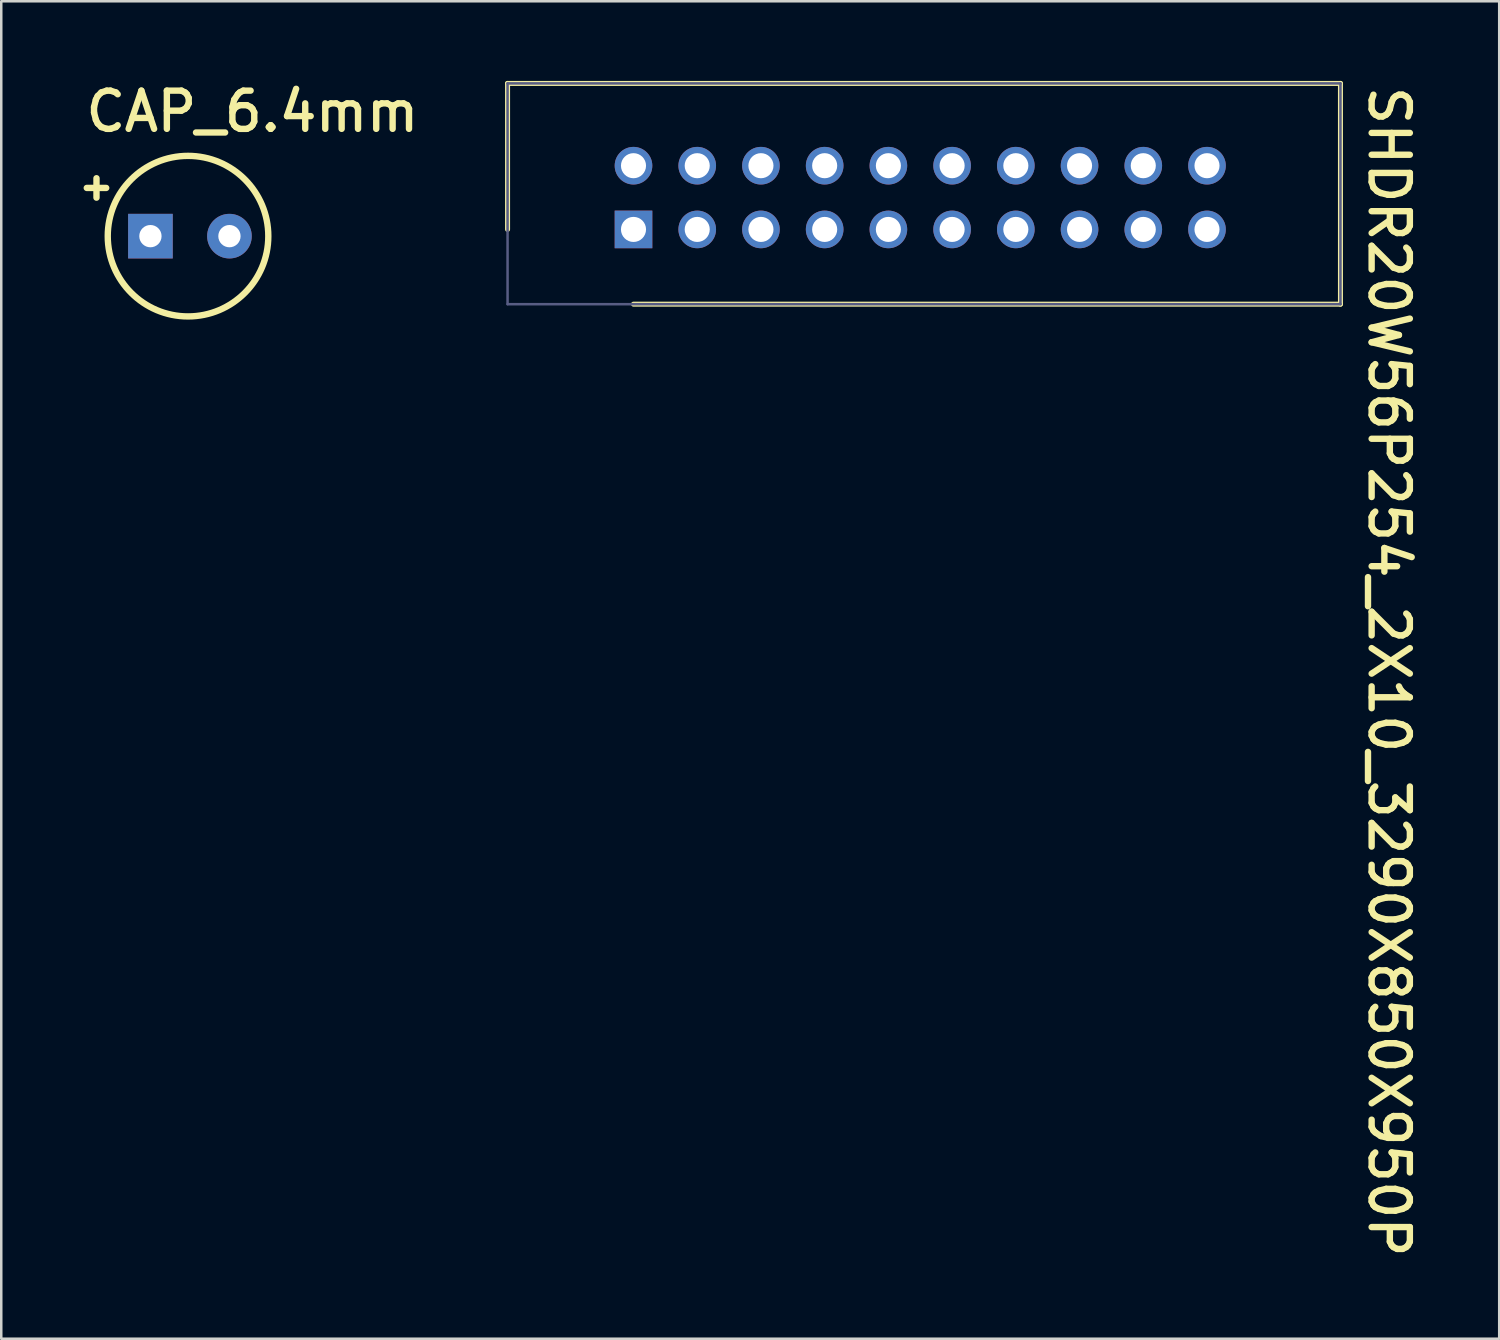
<source format=kicad_pcb>
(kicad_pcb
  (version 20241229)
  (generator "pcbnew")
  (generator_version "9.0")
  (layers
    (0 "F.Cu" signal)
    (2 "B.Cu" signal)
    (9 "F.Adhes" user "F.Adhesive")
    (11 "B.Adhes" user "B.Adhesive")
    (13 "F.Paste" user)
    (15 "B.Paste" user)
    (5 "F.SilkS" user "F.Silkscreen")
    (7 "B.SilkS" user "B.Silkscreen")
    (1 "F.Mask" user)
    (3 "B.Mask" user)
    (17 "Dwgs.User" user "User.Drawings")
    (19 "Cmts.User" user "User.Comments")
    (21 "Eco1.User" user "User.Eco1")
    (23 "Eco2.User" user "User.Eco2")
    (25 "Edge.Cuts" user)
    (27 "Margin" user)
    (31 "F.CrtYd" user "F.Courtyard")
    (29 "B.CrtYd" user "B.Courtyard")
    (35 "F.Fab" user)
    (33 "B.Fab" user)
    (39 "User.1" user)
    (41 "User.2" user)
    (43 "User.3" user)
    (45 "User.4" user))
  (footprint "SHDR20W56P254_2X10_3290X850X950P"
    (layer "F.Cu")
    (at 22.202 6.095)
    (property "Reference" "SHDR20W56P254_2X10_3290X850X950P" (at 29.223 -5.829 270) (unlocked yes) (layer "F.SilkS") (effects (font (size 1.524 1.524) (thickness 0.254)) (justify left bottom)))
    (fp_line (start -5.02 -5.82) (end -5.02 0) (stroke (width 0.2) (type solid)) (layer "F.SilkS"))
    (fp_line (start -5.02 -5.82) (end 28.18 -5.82) (stroke (width 0.2) (type solid)) (layer "F.SilkS"))
    (fp_line (start 0 2.98) (end 28.18 2.98) (stroke (width 0.2) (type solid)) (layer "F.SilkS"))
    (fp_line (start 28.18 -5.82) (end 28.18 2.98) (stroke (width 0.2) (type solid)) (layer "F.SilkS"))
    (fp_line (start -5.27 -6.07) (end -5.27 3.23) (stroke (width 0.05) (type solid)) (layer "Eco1.User"))
    (fp_line (start -5.27 -6.07) (end 28.43 -6.07) (stroke (width 0.05) (type solid)) (layer "Eco1.User"))
    (fp_line (start -5.27 3.23) (end 28.43 3.23) (stroke (width 0.05) (type solid)) (layer "Eco1.User"))
    (fp_line (start 28.43 -6.07) (end 28.43 3.23) (stroke (width 0.05) (type solid)) (layer "Eco1.User"))
    (fp_line (start -5.02 -5.82) (end -5.02 2.98) (stroke (width 0.1) (type solid)) (layer "B.Fab"))
    (fp_line (start -5.02 -5.82) (end 28.18 -5.82) (stroke (width 0.1) (type solid)) (layer "B.Fab"))
    (fp_line (start -5.02 2.98) (end 28.18 2.98) (stroke (width 0.1) (type solid)) (layer "B.Fab"))
    (fp_line (start 28.18 -5.82) (end 28.18 2.98) (stroke (width 0.1) (type solid)) (layer "B.Fab"))
    (pad "1" thru_hole rect (at 0 0) (size 1.5 1.5) (drill 1) (layers "*.Cu" "*.Mask"))
    (pad "2" thru_hole circle (at 0 -2.54) (size 1.5 1.5) (drill 1) (layers "*.Cu" "*.Mask"))
    (pad "3" thru_hole circle (at 2.54 0) (size 1.5 1.5) (drill 1) (layers "*.Cu" "*.Mask"))
    (pad "4" thru_hole circle (at 2.54 -2.54) (size 1.5 1.5) (drill 1) (layers "*.Cu" "*.Mask"))
    (pad "5" thru_hole circle (at 5.08 0) (size 1.5 1.5) (drill 1) (layers "*.Cu" "*.Mask"))
    (pad "6" thru_hole circle (at 5.08 -2.54) (size 1.5 1.5) (drill 1) (layers "*.Cu" "*.Mask"))
    (pad "7" thru_hole circle (at 7.62 0) (size 1.5 1.5) (drill 1) (layers "*.Cu" "*.Mask"))
    (pad "8" thru_hole circle (at 7.62 -2.54) (size 1.5 1.5) (drill 1) (layers "*.Cu" "*.Mask"))
    (pad "9" thru_hole circle (at 10.16 0) (size 1.5 1.5) (drill 1) (layers "*.Cu" "*.Mask"))
    (pad "10" thru_hole circle (at 10.16 -2.54) (size 1.5 1.5) (drill 1) (layers "*.Cu" "*.Mask"))
    (pad "11" thru_hole circle (at 12.7 0) (size 1.5 1.5) (drill 1) (layers "*.Cu" "*.Mask"))
    (pad "12" thru_hole circle (at 12.7 -2.54) (size 1.5 1.5) (drill 1) (layers "*.Cu" "*.Mask"))
    (pad "13" thru_hole circle (at 15.24 0) (size 1.5 1.5) (drill 1) (layers "*.Cu" "*.Mask"))
    (pad "14" thru_hole circle (at 15.24 -2.54) (size 1.5 1.5) (drill 1) (layers "*.Cu" "*.Mask"))
    (pad "15" thru_hole circle (at 17.78 0) (size 1.5 1.5) (drill 1) (layers "*.Cu" "*.Mask"))
    (pad "16" thru_hole circle (at 17.78 -2.54) (size 1.5 1.5) (drill 1) (layers "*.Cu" "*.Mask"))
    (pad "17" thru_hole circle (at 20.32 0) (size 1.5 1.5) (drill 1) (layers "*.Cu" "*.Mask"))
    (pad "18" thru_hole circle (at 20.32 -2.54) (size 1.5 1.5) (drill 1) (layers "*.Cu" "*.Mask"))
    (pad "19" thru_hole circle (at 22.86 0) (size 1.5 1.5) (drill 1) (layers "*.Cu" "*.Mask"))
    (pad "20" thru_hole circle (at 22.86 -2.54) (size 1.5 1.5) (drill 1) (layers "*.Cu" "*.Mask")))
  (footprint "CAP_6.4mm"
    (layer "F.Cu")
    (at 1.905 6.363)
    (property "Reference" "CAP_6.4mm" (at -1.664 -4.077 0) (unlocked yes) (layer "F.SilkS") (effects (font (size 1.524 1.524) (thickness 0.254)) (justify left bottom)))
    (fp_circle (center 2.54 0) (end 2.54 -3.2) (stroke (width 0.254) (type solid)) (fill no) (layer "F.SilkS"))
    (fp_text user "+" (at -1.905 -1.397 0) (unlocked yes) (layer "F.SilkS") (effects (font (size 1.016 1.016) (thickness 0.254)) (justify left bottom)))
    (pad "1" thru_hole rect (at 1.041 0) (size 1.778 1.778) (drill 0.889) (layers "*.Cu" "*.Mask"))
    (pad "2" thru_hole circle (at 4.191 0) (size 1.778 1.778) (drill 0.889) (layers "*.Cu" "*.Mask")))
  (gr_rect
    (start -3 -3)
    (end 56.71 50.314)
    (stroke (width 0.1) (type default))
    (fill no)
    (layer "Edge.Cuts")))
</source>
